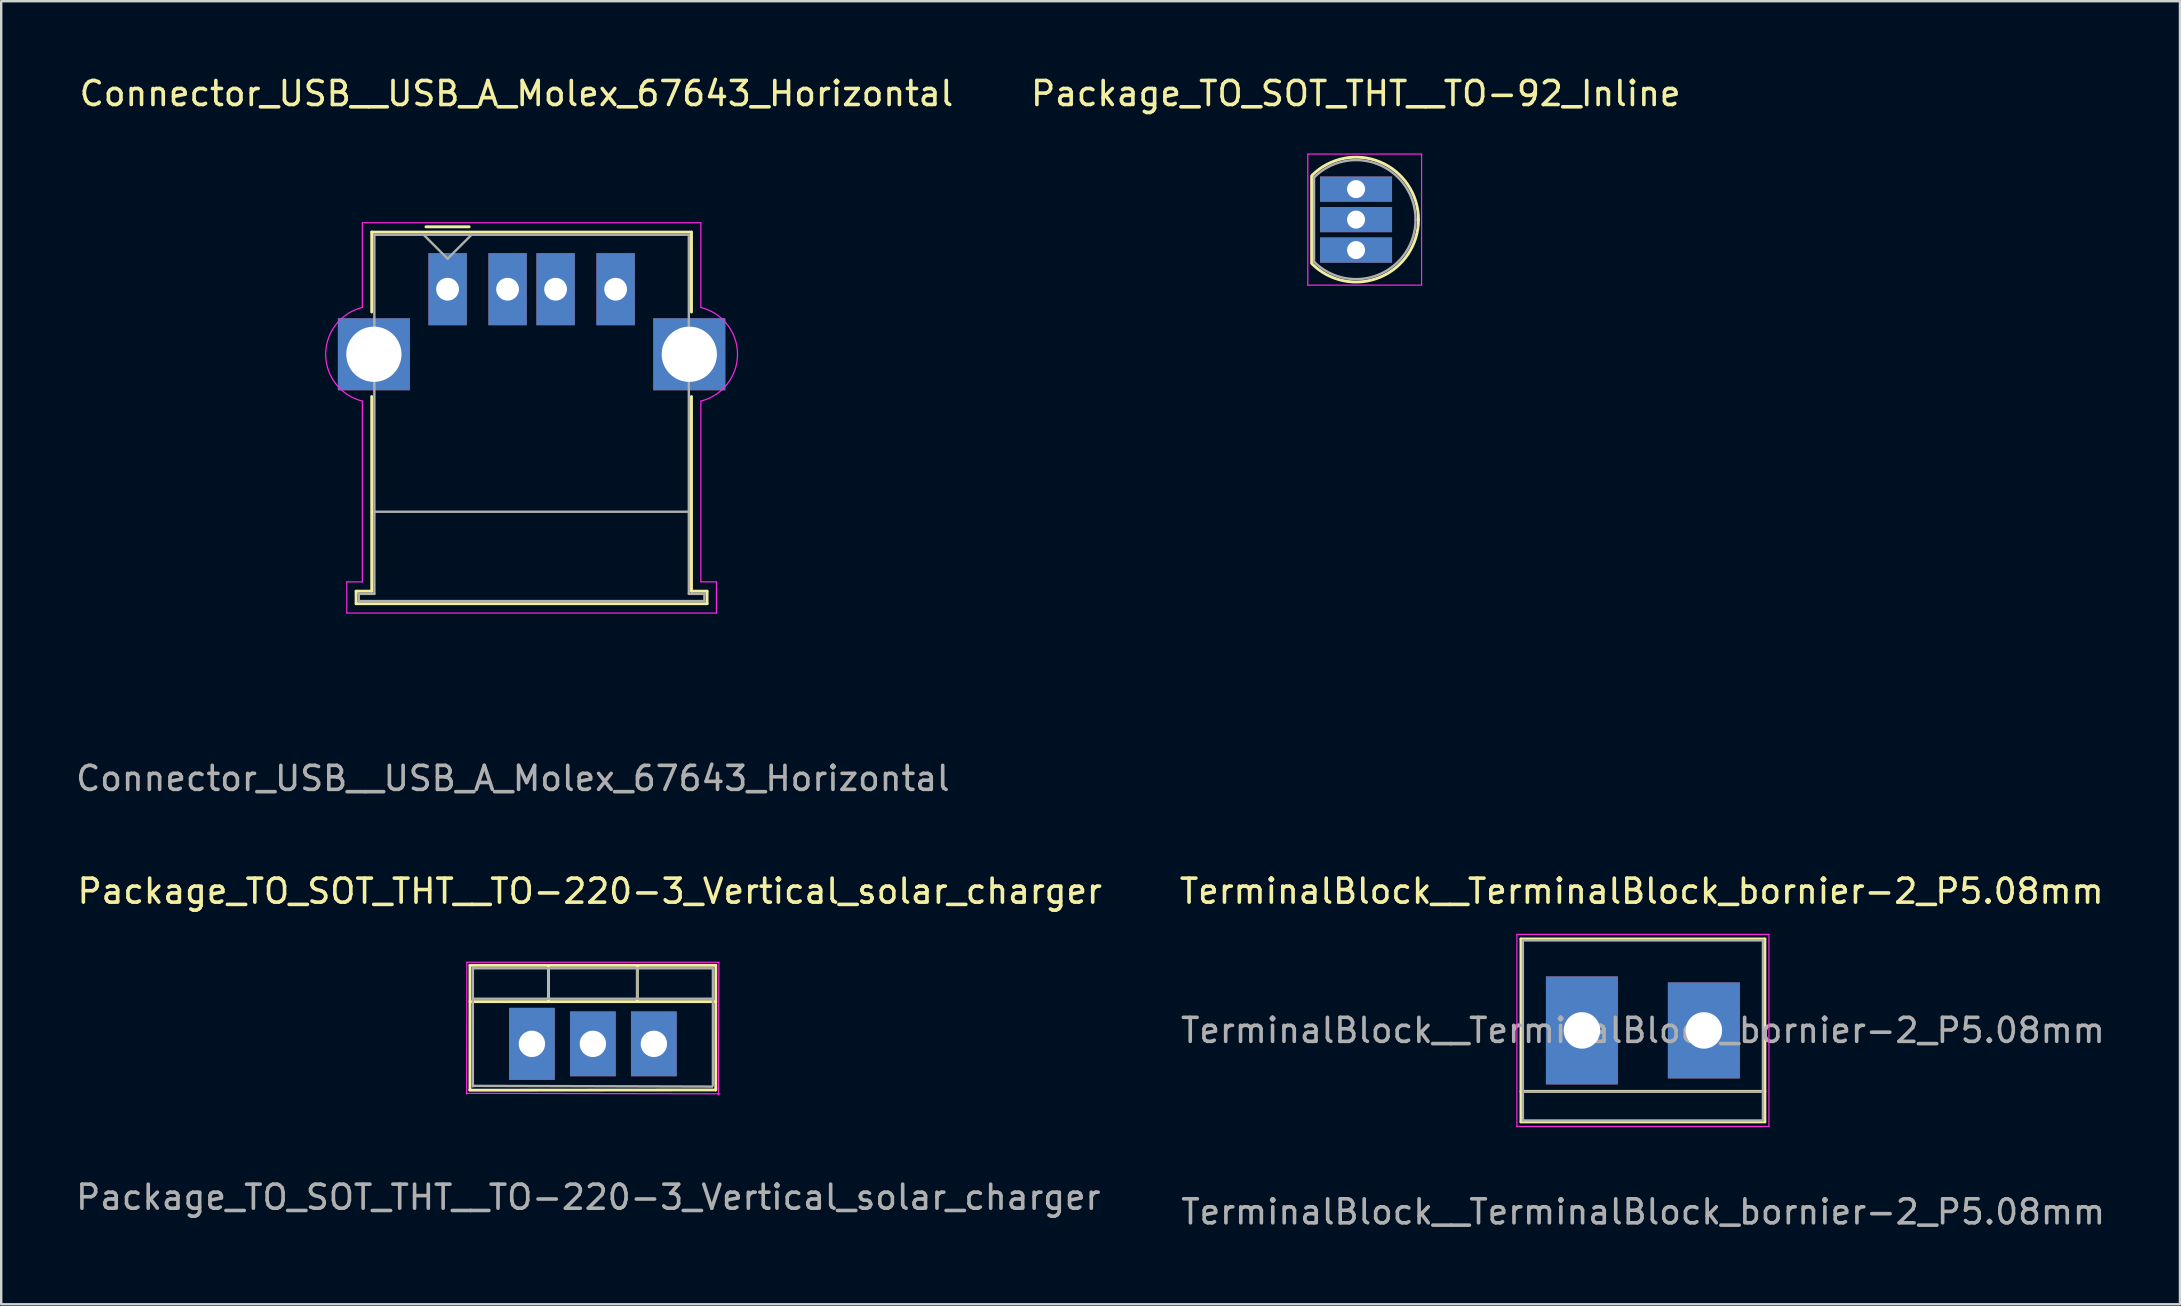
<source format=kicad_pcb>
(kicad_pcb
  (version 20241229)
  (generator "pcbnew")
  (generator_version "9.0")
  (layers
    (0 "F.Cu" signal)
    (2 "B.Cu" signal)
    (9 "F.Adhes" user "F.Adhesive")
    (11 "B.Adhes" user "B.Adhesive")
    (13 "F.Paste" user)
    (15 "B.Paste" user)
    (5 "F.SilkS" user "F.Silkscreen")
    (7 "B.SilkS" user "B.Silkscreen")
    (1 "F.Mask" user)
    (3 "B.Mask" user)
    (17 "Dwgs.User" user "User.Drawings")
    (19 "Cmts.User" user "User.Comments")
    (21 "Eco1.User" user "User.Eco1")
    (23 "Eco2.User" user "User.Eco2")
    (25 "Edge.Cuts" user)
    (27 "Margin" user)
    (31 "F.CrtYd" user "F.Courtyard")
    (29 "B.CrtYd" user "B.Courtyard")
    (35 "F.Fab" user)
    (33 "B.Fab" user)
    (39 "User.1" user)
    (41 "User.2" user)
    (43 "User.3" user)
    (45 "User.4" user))
  (footprint "Package_TO_SOT_THT__TO-220-3_Vertical_solar_charger"
    (layer "F.Cu")
    (at 21.518 34.575)
    (property "Reference" "Package_TO_SOT_THT__TO-220-3_Vertical_solar_charger" (at 0 -0.5 0) (unlocked yes) (layer "F.SilkS") (effects (font (size 1 1) (thickness 0.15))))
    (attr smd)
    (fp_line (start -5 7.79) (end 5.25 7.78) (stroke (width 0.12) (type solid)) (layer "F.SilkS"))
    (fp_line (start -4.99 2.59) (end -4.99 7.77) (stroke (width 0.12) (type solid)) (layer "F.SilkS"))
    (fp_line (start -4.99 2.59) (end 5.25 2.59) (stroke (width 0.12) (type solid)) (layer "F.SilkS"))
    (fp_line (start -4.99 4.1) (end 5.25 4.1) (stroke (width 0.12) (type solid)) (layer "F.SilkS"))
    (fp_line (start -1.72 2.59) (end -1.72 4.1) (stroke (width 0.12) (type solid)) (layer "F.SilkS"))
    (fp_line (start 1.981 2.59) (end 1.981 4.1) (stroke (width 0.12) (type solid)) (layer "F.SilkS"))
    (fp_line (start 5.25 2.59) (end 5.25 7.78) (stroke (width 0.12) (type solid)) (layer "F.SilkS"))
    (fp_line (start -5.15 7.92) (end 5.42 7.94) (stroke (width 0.05) (type solid)) (layer "F.CrtYd"))
    (fp_line (start -5.12 2.46) (end -5.13 7.94) (stroke (width 0.05) (type solid)) (layer "F.CrtYd"))
    (fp_line (start 5.36 7.98) (end 5.38 2.46) (stroke (width 0.05) (type solid)) (layer "F.CrtYd"))
    (fp_line (start 5.38 2.46) (end -5.12 2.46) (stroke (width 0.05) (type solid)) (layer "F.CrtYd"))
    (fp_line (start -4.87 2.71) (end -4.87 7.63) (stroke (width 0.1) (type solid)) (layer "F.Fab"))
    (fp_line (start -4.87 3.98) (end 5.13 3.98) (stroke (width 0.1) (type solid)) (layer "F.Fab"))
    (fp_line (start -4.84 7.61) (end 5.11 7.64) (stroke (width 0.1) (type solid)) (layer "F.Fab"))
    (fp_line (start -1.72 2.71) (end -1.72 3.98) (stroke (width 0.1) (type solid)) (layer "F.Fab"))
    (fp_line (start 1.98 2.71) (end 1.98 3.98) (stroke (width 0.1) (type solid)) (layer "F.Fab"))
    (fp_line (start 5.13 2.71) (end -4.87 2.71) (stroke (width 0.1) (type solid)) (layer "F.Fab"))
    (fp_line (start 5.13 7.58) (end 5.13 2.71) (stroke (width 0.1) (type solid)) (layer "F.Fab"))
    (fp_text user "${REFERENCE}" (at -0.06 12.25 0) (unlocked yes) (layer "F.Fab") (effects (font (size 1 1) (thickness 0.15))))
    (pad "1" thru_hole rect (at -2.41 5.86) (size 1.905 3) (drill 1.1) (layers "*.Cu" "*.Mask"))
    (pad "2" thru_hole rect (at 0.13 5.86) (size 1.905 2.7) (drill 1.1) (layers "*.Cu" "*.Mask"))
    (pad "3" thru_hole rect (at 2.67 5.86) (size 1.905 2.7) (drill 1.1) (layers "*.Cu" "*.Mask")))
  (footprint "Connector_USB__USB_A_Molex_67643_Horizontal"
    (layer "F.Cu")
    (at 18.375 19.718)
    (property "Reference" "Connector_USB__USB_A_Molex_67643_Horizontal" (at 0.09 -18.87 0) (unlocked yes) (layer "F.SilkS") (effects (font (size 1 1) (thickness 0.15))))
    (attr smd)
    (fp_line (start -6.59 1.86) (end -6.59 2.38) (stroke (width 0.12) (type solid)) (layer "F.SilkS"))
    (fp_line (start -6.59 2.38) (end 8.03 2.38) (stroke (width 0.12) (type solid)) (layer "F.SilkS"))
    (fp_line (start -5.94 -13.1) (end -5.94 -9.77) (stroke (width 0.12) (type solid)) (layer "F.SilkS"))
    (fp_line (start -5.94 -13.1) (end 7.38 -13.1) (stroke (width 0.12) (type solid)) (layer "F.SilkS"))
    (fp_line (start -5.94 1.86) (end -6.59 1.86) (stroke (width 0.12) (type solid)) (layer "F.SilkS"))
    (fp_line (start -5.94 1.86) (end -5.94 -6.25) (stroke (width 0.12) (type solid)) (layer "F.SilkS"))
    (fp_line (start -3.68 -13.32) (end -1.88 -13.32) (stroke (width 0.12) (type solid)) (layer "F.SilkS"))
    (fp_line (start 7.38 -13.1) (end 7.38 -9.77) (stroke (width 0.12) (type solid)) (layer "F.SilkS"))
    (fp_line (start 7.38 -6.25) (end 7.38 1.86) (stroke (width 0.12) (type solid)) (layer "F.SilkS"))
    (fp_line (start 8.03 1.86) (end 7.38 1.86) (stroke (width 0.12) (type solid)) (layer "F.SilkS"))
    (fp_line (start 8.03 2.38) (end 8.03 1.86) (stroke (width 0.12) (type solid)) (layer "F.SilkS"))
    (fp_line (start -6.98 1.47) (end -6.33 1.47) (stroke (width 0.05) (type solid)) (layer "F.CrtYd"))
    (fp_line (start -6.98 2.77) (end -6.98 1.47) (stroke (width 0.05) (type solid)) (layer "F.CrtYd"))
    (fp_line (start -6.98 2.77) (end 8.42 2.77) (stroke (width 0.05) (type solid)) (layer "F.CrtYd"))
    (fp_line (start -6.33 -13.49) (end -6.33 -9.96) (stroke (width 0.05) (type solid)) (layer "F.CrtYd"))
    (fp_line (start -6.33 -13.49) (end 7.77 -13.49) (stroke (width 0.05) (type solid)) (layer "F.CrtYd"))
    (fp_line (start -6.33 1.47) (end -6.33 -6.06) (stroke (width 0.05) (type solid)) (layer "F.CrtYd"))
    (fp_line (start 7.77 -13.49) (end 7.77 -9.96) (stroke (width 0.05) (type solid)) (layer "F.CrtYd"))
    (fp_line (start 7.77 1.47) (end 7.77 -6.06) (stroke (width 0.05) (type solid)) (layer "F.CrtYd"))
    (fp_line (start 8.42 1.47) (end 7.77 1.47) (stroke (width 0.05) (type solid)) (layer "F.CrtYd"))
    (fp_line (start 8.42 2.77) (end 8.42 1.47) (stroke (width 0.05) (type solid)) (layer "F.CrtYd"))
    (fp_arc (start -6.33 -6.06) (mid -7.858208 -8.01) (end -6.33 -9.96) (stroke (width 0.05) (type solid)) (layer "F.CrtYd"))
    (fp_arc (start 7.77 -9.96) (mid 9.298208 -8.01) (end 7.77 -6.06) (stroke (width 0.05) (type solid)) (layer "F.CrtYd"))
    (fp_line (start -6.48 1.97) (end -6.48 2.27) (stroke (width 0.1) (type solid)) (layer "F.Fab"))
    (fp_line (start -6.48 2.27) (end 7.92 2.27) (stroke (width 0.1) (type solid)) (layer "F.Fab"))
    (fp_line (start -5.83 -12.99) (end 7.27 -12.99) (stroke (width 0.1) (type solid)) (layer "F.Fab"))
    (fp_line (start -5.83 -1.45) (end 7.27 -1.45) (stroke (width 0.1) (type solid)) (layer "F.Fab"))
    (fp_line (start -5.83 1.97) (end -6.48 1.97) (stroke (width 0.1) (type solid)) (layer "F.Fab"))
    (fp_line (start -5.83 1.97) (end -5.83 -12.99) (stroke (width 0.1) (type solid)) (layer "F.Fab"))
    (fp_line (start -3.78 -12.99) (end -2.78 -11.99) (stroke (width 0.1) (type solid)) (layer "F.Fab"))
    (fp_line (start -2.78 -11.99) (end -1.78 -12.99) (stroke (width 0.1) (type solid)) (layer "F.Fab"))
    (fp_line (start 7.27 -12.99) (end 7.27 1.97) (stroke (width 0.1) (type solid)) (layer "F.Fab"))
    (fp_line (start 7.92 1.97) (end 7.27 1.97) (stroke (width 0.1) (type solid)) (layer "F.Fab"))
    (fp_line (start 7.92 2.27) (end 7.92 1.97) (stroke (width 0.1) (type solid)) (layer "F.Fab"))
    (fp_text user "${REFERENCE}" (at -0.06 9.66 0) (unlocked yes) (layer "F.Fab") (effects (font (size 1 1) (thickness 0.15))))
    (pad "1" thru_hole rect (at -2.78 -10.72) (size 1.6 3) (drill 0.95) (layers "*.Cu" "*.Mask"))
    (pad "2" thru_hole rect (at -0.28 -10.72) (size 1.6 3) (drill 0.95) (layers "*.Cu" "*.Mask"))
    (pad "3" thru_hole rect (at 1.72 -10.72) (size 1.6 3) (drill 0.95) (layers "*.Cu" "*.Mask"))
    (pad "4" thru_hole rect (at 4.22 -10.72) (size 1.6 3) (drill 0.95) (layers "*.Cu" "*.Mask"))
    (pad "5" thru_hole rect (at -5.85 -8.01) (size 3 3) (drill 2.3) (layers "*.Cu" "*.Mask"))
    (pad "5" thru_hole custom (at 7.29 -8.01) (size 3 3) (drill 2.3) (layers "*.Cu" "*.Mask") (options (anchor rect)) (primitives)))
  (footprint "TerminalBlock__TerminalBlock_bornier-2_P5.08mm"
    (layer "F.Cu")
    (at 65.34 34.575)
    (property "Reference" "TerminalBlock__TerminalBlock_bornier-2_P5.08mm" (at 0 -0.5 0) (unlocked yes) (layer "F.SilkS") (effects (font (size 1 1) (thickness 0.15))))
    (attr smd)
    (fp_line (start -5.03 1.49) (end -5.03 9.11) (stroke (width 0.12) (type solid)) (layer "F.SilkS"))
    (fp_line (start -5.03 9.11) (end 5.13 9.11) (stroke (width 0.12) (type solid)) (layer "F.SilkS"))
    (fp_line (start 5.13 1.49) (end -5.03 1.49) (stroke (width 0.12) (type solid)) (layer "F.SilkS"))
    (fp_line (start 5.13 7.84) (end -5.03 7.84) (stroke (width 0.12) (type solid)) (layer "F.SilkS"))
    (fp_line (start 5.13 9.11) (end 5.13 1.49) (stroke (width 0.12) (type solid)) (layer "F.SilkS"))
    (fp_line (start -5.2 1.3) (end -5.2 9.3) (stroke (width 0.05) (type solid)) (layer "F.CrtYd"))
    (fp_line (start -5.2 1.3) (end 5.3 1.3) (stroke (width 0.05) (type solid)) (layer "F.CrtYd"))
    (fp_line (start 5.3 9.3) (end -5.2 9.3) (stroke (width 0.05) (type solid)) (layer "F.CrtYd"))
    (fp_line (start 5.3 9.3) (end 5.3 1.3) (stroke (width 0.05) (type solid)) (layer "F.CrtYd"))
    (fp_line (start -4.95 1.55) (end -4.95 9.05) (stroke (width 0.1) (type solid)) (layer "F.Fab"))
    (fp_line (start -4.95 9.05) (end 5.05 9.05) (stroke (width 0.1) (type solid)) (layer "F.Fab"))
    (fp_line (start -4.9 7.85) (end 5 7.85) (stroke (width 0.1) (type solid)) (layer "F.Fab"))
    (fp_line (start 5.05 1.55) (end -4.95 1.55) (stroke (width 0.1) (type solid)) (layer "F.Fab"))
    (fp_line (start 5.05 9.05) (end 5.05 1.55) (stroke (width 0.1) (type solid)) (layer "F.Fab"))
    (fp_text user "${REFERENCE}" (at 0.06 12.86 0) (unlocked yes) (layer "F.Fab") (effects (font (size 1 1) (thickness 0.15))))
    (fp_text user "${REFERENCE}" (at 0.05 5.3 0) (layer "F.Fab") (effects (font (size 1 1) (thickness 0.15))))
    (pad "1" thru_hole rect (at -2.49 5.3) (size 3 4.5) (drill 1.52) (layers "*.Cu" "*.Mask"))
    (pad "2" thru_hole rect (at 2.59 5.3) (size 3 4) (drill 1.52) (layers "*.Cu" "*.Mask")))
  (footprint "Package_TO_SOT_THT__TO-92_Inline"
    (layer "F.Cu")
    (at 53.49 6.298)
    (property "Reference" "Package_TO_SOT_THT__TO-92_Inline" (at -0.06 -5.45 0) (unlocked yes) (layer "F.SilkS") (effects (font (size 1 1) (thickness 0.15))))
    (attr smd)
    (fp_line (start -1.9 -2) (end -1.9 1.6) (stroke (width 0.12) (type solid)) (layer "F.SilkS"))
    (fp_arc (start -1.888478 -2.038478) (mid 0.944977 -2.602087) (end 2.55 -0.2) (stroke (width 0.12) (type solid)) (layer "F.SilkS"))
    (fp_arc (start 2.55 -0.2) (mid 0.944977 2.202087) (end -1.888478 1.638478) (stroke (width 0.12) (type solid)) (layer "F.SilkS"))
    (fp_line (start -2.06 2.53) (end -2.06 -2.93) (stroke (width 0.05) (type solid)) (layer "F.CrtYd"))
    (fp_line (start -2.06 2.53) (end 2.68 2.53) (stroke (width 0.05) (type solid)) (layer "F.CrtYd"))
    (fp_line (start 2.68 -2.93) (end -2.06 -2.93) (stroke (width 0.05) (type solid)) (layer "F.CrtYd"))
    (fp_line (start 2.68 -2.93) (end 2.68 2.53) (stroke (width 0.05) (type solid)) (layer "F.CrtYd"))
    (fp_line (start -1.8 -1.97) (end -1.8 1.53) (stroke (width 0.1) (type solid)) (layer "F.Fab"))
    (fp_arc (start -1.803625 -1.953625) (mid 0.899055 -2.491221) (end 2.43 -0.2) (stroke (width 0.1) (type solid)) (layer "F.Fab"))
    (fp_arc (start 2.43 -0.2) (mid 0.899055 2.091221) (end -1.803625 1.553625) (stroke (width 0.1) (type solid)) (layer "F.Fab"))
    (pad "1" thru_hole rect (at -0.05 -1.47 270) (size 1.05 3) (drill 0.75) (layers "*.Cu" "*.Mask"))
    (pad "2" thru_hole rect (at -0.05 -0.2 270) (size 1.05 3) (drill 0.75) (layers "*.Cu" "*.Mask"))
    (pad "3" thru_hole rect (at -0.05 1.07 270) (size 1.05 3) (drill 0.75) (layers "*.Cu" "*.Mask")))
  (gr_rect
    (start -3 -3)
    (end 87.763 51.283)
    (stroke (width 0.1) (type default))
    (fill no)
    (layer "Edge.Cuts")))
</source>
